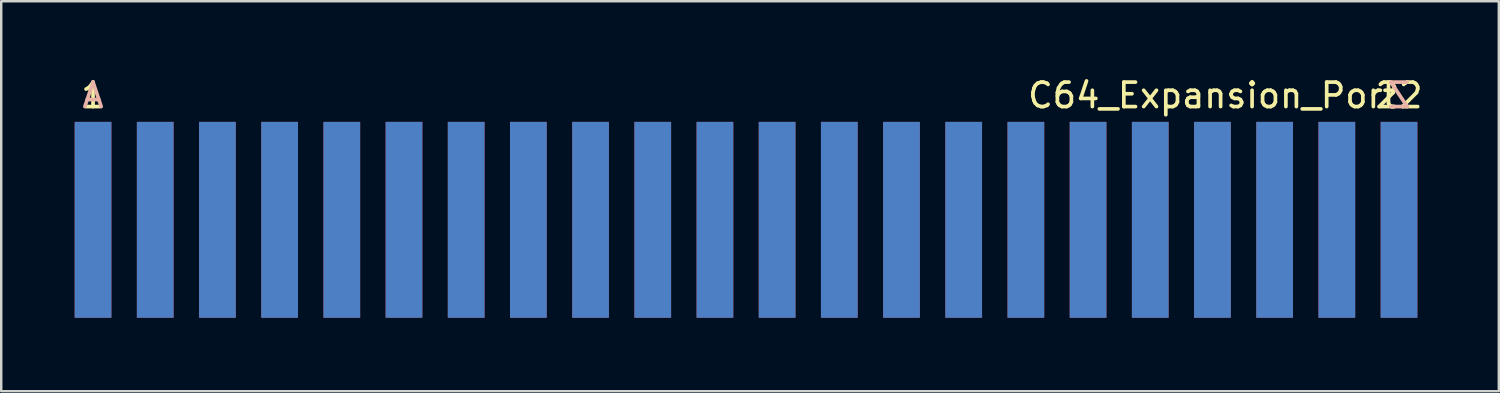
<source format=kicad_pcb>
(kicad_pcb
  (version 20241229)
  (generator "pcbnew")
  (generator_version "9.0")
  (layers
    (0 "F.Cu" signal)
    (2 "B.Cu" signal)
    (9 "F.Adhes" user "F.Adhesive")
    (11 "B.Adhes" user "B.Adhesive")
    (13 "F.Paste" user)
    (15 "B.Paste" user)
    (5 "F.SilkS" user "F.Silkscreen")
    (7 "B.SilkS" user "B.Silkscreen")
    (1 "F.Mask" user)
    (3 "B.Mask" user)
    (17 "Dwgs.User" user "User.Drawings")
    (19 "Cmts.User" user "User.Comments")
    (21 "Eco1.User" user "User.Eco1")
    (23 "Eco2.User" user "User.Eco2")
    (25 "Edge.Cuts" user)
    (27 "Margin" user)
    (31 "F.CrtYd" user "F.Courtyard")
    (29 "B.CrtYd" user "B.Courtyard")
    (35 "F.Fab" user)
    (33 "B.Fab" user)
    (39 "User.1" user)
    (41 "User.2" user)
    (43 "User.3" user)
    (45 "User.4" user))
  (footprint "C64_Expansion_Port"
    (layer "F.Cu")
    (at 28.69 5.928)
    (property "Reference" "C64_Expansion_Port" (at 17.78 -5.08 0) (layer "F.SilkS") (effects (font (size 1 1) (thickness 0.15))))
    (attr through_hole)
    (fp_text user "22" (at 25.4 -5.08 0) (layer "F.SilkS") (effects (font (size 1 1) (thickness 0.15))))
    (fp_text user "1" (at -27.94 -5.08 0) (layer "F.SilkS") (effects (font (size 1 1) (thickness 0.15))))
    (fp_text user "A" (at -27.94 -5.08 0) (layer "B.SilkS") (effects (font (size 1 1) (thickness 0.15)) (justify mirror)))
    (fp_text user "Z" (at 25.4 -5.08 0) (layer "B.SilkS") (effects (font (size 1 1) (thickness 0.15)) (justify mirror)))
    (pad "1" connect rect (at -27.94 0) (size 1.5 8) (layers "F.Cu" "F.Mask"))
    (pad "2" connect rect (at -25.4 0) (size 1.5 8) (layers "F.Cu" "F.Mask"))
    (pad "3" connect rect (at -22.86 0) (size 1.5 8) (layers "F.Cu" "F.Mask"))
    (pad "4" connect rect (at -20.32 0) (size 1.5 8) (layers "F.Cu" "F.Mask"))
    (pad "5" connect rect (at -17.78 0) (size 1.5 8) (layers "F.Cu" "F.Mask"))
    (pad "6" connect rect (at -15.24 0) (size 1.5 8) (layers "F.Cu" "F.Mask"))
    (pad "7" connect rect (at -12.7 0) (size 1.5 8) (layers "F.Cu" "F.Mask"))
    (pad "8" connect rect (at -10.16 0) (size 1.5 8) (layers "F.Cu" "F.Mask"))
    (pad "9" connect rect (at -7.62 0) (size 1.5 8) (layers "F.Cu" "F.Mask"))
    (pad "10" connect rect (at -5.08 0) (size 1.5 8) (layers "F.Cu" "F.Mask"))
    (pad "11" connect rect (at -2.54 0) (size 1.5 8) (layers "F.Cu" "F.Mask"))
    (pad "12" connect rect (at 0 0) (size 1.5 8) (layers "F.Cu" "F.Mask"))
    (pad "13" connect rect (at 2.54 0) (size 1.5 8) (layers "F.Cu" "F.Mask"))
    (pad "14" connect rect (at 5.08 0) (size 1.5 8) (layers "F.Cu" "F.Mask"))
    (pad "15" connect rect (at 7.62 0) (size 1.5 8) (layers "F.Cu" "F.Mask"))
    (pad "16" connect rect (at 10.16 0) (size 1.5 8) (layers "F.Cu" "F.Mask"))
    (pad "17" connect rect (at 12.7 0) (size 1.5 8) (layers "F.Cu" "F.Mask"))
    (pad "18" connect rect (at 15.24 0) (size 1.5 8) (layers "F.Cu" "F.Mask"))
    (pad "19" connect rect (at 17.78 0) (size 1.5 8) (layers "F.Cu" "F.Mask"))
    (pad "20" connect rect (at 20.32 0) (size 1.5 8) (layers "F.Cu" "F.Mask"))
    (pad "21" connect rect (at 22.86 0) (size 1.5 8) (layers "F.Cu" "F.Mask"))
    (pad "22" connect rect (at 25.4 0) (size 1.5 8) (layers "F.Cu" "F.Mask"))
    (pad "A" connect rect (at -27.94 0) (size 1.5 8) (layers "F.Mask" "B.Cu"))
    (pad "B" connect rect (at -25.4 0) (size 1.5 8) (layers "F.Mask" "B.Cu"))
    (pad "C" connect rect (at -22.86 0) (size 1.5 8) (layers "F.Mask" "B.Cu"))
    (pad "D" connect rect (at -20.32 0) (size 1.5 8) (layers "F.Mask" "B.Cu"))
    (pad "E" connect rect (at -17.78 0) (size 1.5 8) (layers "F.Mask" "B.Cu"))
    (pad "F" connect rect (at -15.24 0) (size 1.5 8) (layers "F.Mask" "B.Cu"))
    (pad "H" connect rect (at -12.7 0) (size 1.5 8) (layers "F.Mask" "B.Cu"))
    (pad "J" connect rect (at -10.16 0) (size 1.5 8) (layers "F.Mask" "B.Cu"))
    (pad "K" connect rect (at -7.62 0) (size 1.5 8) (layers "F.Mask" "B.Cu"))
    (pad "L" connect rect (at -5.08 0) (size 1.5 8) (layers "F.Mask" "B.Cu"))
    (pad "M" connect rect (at -2.54 0) (size 1.5 8) (layers "F.Mask" "B.Cu"))
    (pad "N" connect rect (at 0 0) (size 1.5 8) (layers "F.Mask" "B.Cu"))
    (pad "P" connect rect (at 2.54 0) (size 1.5 8) (layers "F.Mask" "B.Cu"))
    (pad "R" connect rect (at 5.08 0) (size 1.5 8) (layers "F.Mask" "B.Cu"))
    (pad "S" connect rect (at 7.62 0) (size 1.5 8) (layers "F.Mask" "B.Cu"))
    (pad "T" connect rect (at 10.16 0) (size 1.5 8) (layers "F.Mask" "B.Cu"))
    (pad "U" connect rect (at 12.7 0) (size 1.5 8) (layers "F.Mask" "B.Cu"))
    (pad "V" connect rect (at 15.24 0) (size 1.5 8) (layers "F.Mask" "B.Cu"))
    (pad "W" connect rect (at 17.78 0) (size 1.5 8) (layers "F.Mask" "B.Cu"))
    (pad "X" connect rect (at 20.32 0) (size 1.5 8) (layers "F.Mask" "B.Cu"))
    (pad "Y" connect rect (at 22.86 0) (size 1.5 8) (layers "F.Mask" "B.Cu"))
    (pad "Z" connect rect (at 25.4 0) (size 1.5 8) (layers "F.Mask" "B.Cu")))
  (gr_rect
    (start -3 -3)
    (end 58.167 12.928)
    (stroke (width 0.1) (type default))
    (fill no)
    (layer "Edge.Cuts")))
</source>
